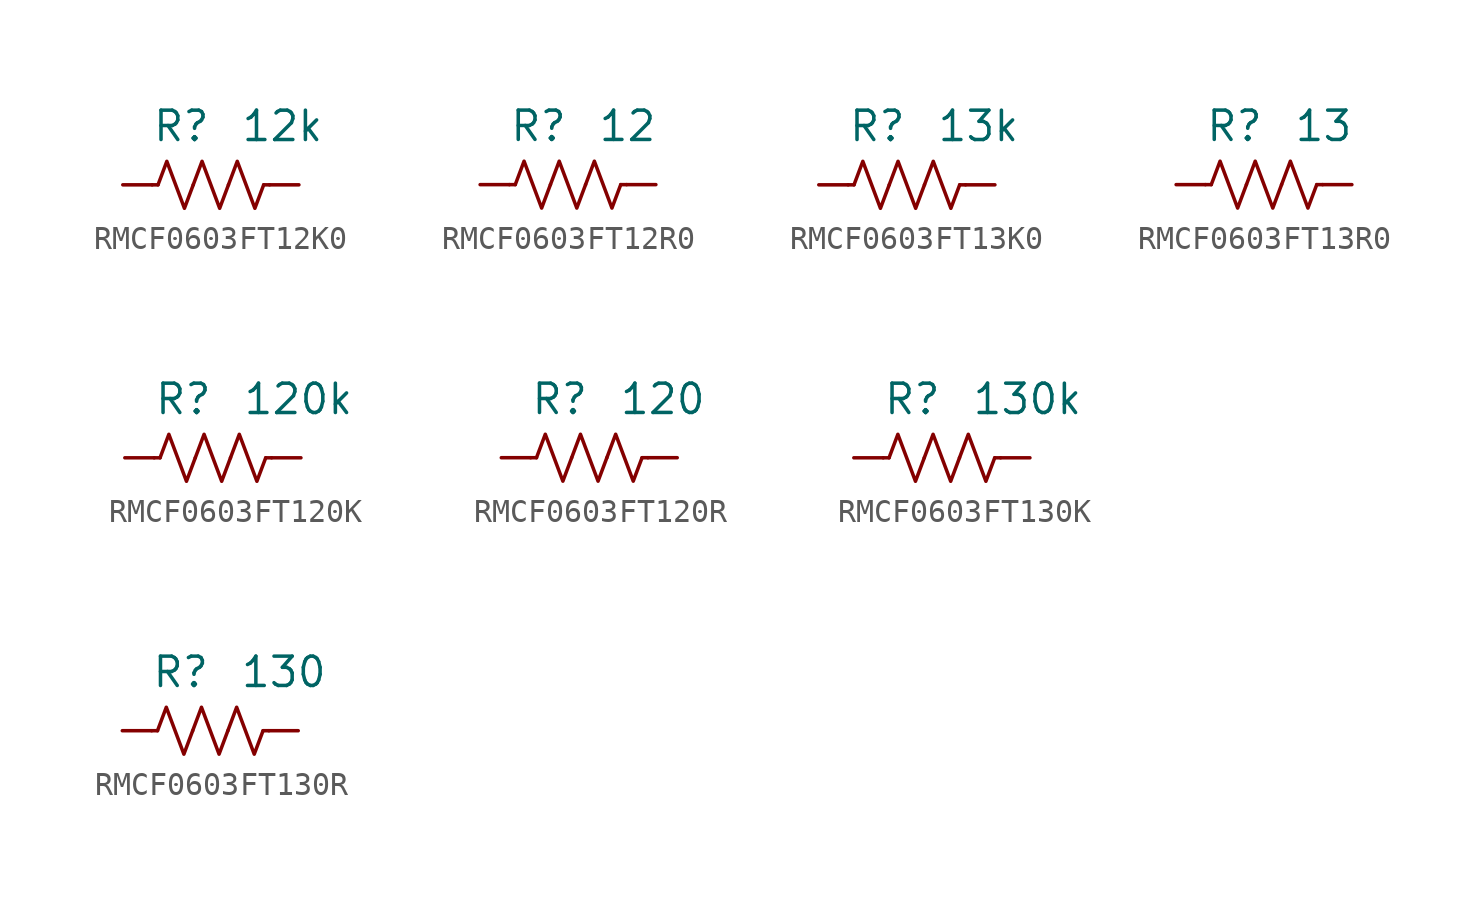
<source format=kicad_sym>
(kicad_symbol_lib
  (version 20241209)
  (generator "kicad_symbol_editor")
  (generator_version "9.0")
  (symbol "RMCF0603FT12K0"
    (pin_numbers
      (hide yes))
    (property "Reference" "R"
      (at 0 2.54 0)
      (effects (font (size 1.27 1.27)) (justify right)))
    (property "Value" "12k"
      (at 1.27 2.54 0)
      (effects (font (size 1.27 1.27)) (justify left)))
    (symbol "RMCF0603FT12K0_0_1"
      (polyline (pts (xy -2.286 0) (xy -2.54 0)) (stroke (width 0) (type default)) (fill (type none)))
      (polyline (pts (xy -2.286 0) (xy -1.905 1.016) (xy -1.524 0) (xy -1.143 -1.016) (xy -0.762 0)) (stroke (width 0) (type default)) (fill (type none)))
      (polyline (pts (xy -0.762 0) (xy -0.381 1.016) (xy 0 0) (xy 0.381 -1.016) (xy 0.762 0)) (stroke (width 0) (type default)) (fill (type none)))
      (polyline (pts (xy 0.762 0) (xy 1.143 1.016) (xy 1.524 0) (xy 1.905 -1.016) (xy 2.286 0)) (stroke (width 0) (type default)) (fill (type none)))
      (polyline (pts (xy 2.286 0) (xy 2.54 0)) (stroke (width 0) (type default)) (fill (type none))))
    (symbol "RMCF0603FT12K0_1_1"
      (pin passive line (at -3.81 0 0) (length 1.27) (name "~" (effects (font (size 1.27 1.27)))) (number "1" (effects (font (size 1.27 1.27)))))
      (pin passive line (at 3.81 0 180) (length 1.27) (name "~" (effects (font (size 1.27 1.27)))) (number "2" (effects (font (size 1.27 1.27)))))))
  (symbol "RMCF0603FT12R0"
    (pin_numbers
      (hide yes))
    (property "Reference" "R"
      (at 0 2.54 0)
      (effects (font (size 1.27 1.27)) (justify right)))
    (property "Value" "12"
      (at 1.27 2.54 0)
      (effects (font (size 1.27 1.27)) (justify left)))
    (symbol "RMCF0603FT12R0_0_1"
      (polyline (pts (xy -2.286 0) (xy -2.54 0)) (stroke (width 0) (type default)) (fill (type none)))
      (polyline (pts (xy -2.286 0) (xy -1.905 1.016) (xy -1.524 0) (xy -1.143 -1.016) (xy -0.762 0)) (stroke (width 0) (type default)) (fill (type none)))
      (polyline (pts (xy -0.762 0) (xy -0.381 1.016) (xy 0 0) (xy 0.381 -1.016) (xy 0.762 0)) (stroke (width 0) (type default)) (fill (type none)))
      (polyline (pts (xy 0.762 0) (xy 1.143 1.016) (xy 1.524 0) (xy 1.905 -1.016) (xy 2.286 0)) (stroke (width 0) (type default)) (fill (type none)))
      (polyline (pts (xy 2.286 0) (xy 2.54 0)) (stroke (width 0) (type default)) (fill (type none))))
    (symbol "RMCF0603FT12R0_1_1"
      (pin passive line (at -3.81 0 0) (length 1.27) (name "~" (effects (font (size 1.27 1.27)))) (number "1" (effects (font (size 1.27 1.27)))))
      (pin passive line (at 3.81 0 180) (length 1.27) (name "~" (effects (font (size 1.27 1.27)))) (number "2" (effects (font (size 1.27 1.27)))))))
  (symbol "RMCF0603FT13K0"
    (pin_numbers
      (hide yes))
    (property "Reference" "R"
      (at 0 2.54 0)
      (effects (font (size 1.27 1.27)) (justify right)))
    (property "Value" "13k"
      (at 1.27 2.54 0)
      (effects (font (size 1.27 1.27)) (justify left)))
    (symbol "RMCF0603FT13K0_0_1"
      (polyline (pts (xy -2.286 0) (xy -2.54 0)) (stroke (width 0) (type default)) (fill (type none)))
      (polyline (pts (xy -2.286 0) (xy -1.905 1.016) (xy -1.524 0) (xy -1.143 -1.016) (xy -0.762 0)) (stroke (width 0) (type default)) (fill (type none)))
      (polyline (pts (xy -0.762 0) (xy -0.381 1.016) (xy 0 0) (xy 0.381 -1.016) (xy 0.762 0)) (stroke (width 0) (type default)) (fill (type none)))
      (polyline (pts (xy 0.762 0) (xy 1.143 1.016) (xy 1.524 0) (xy 1.905 -1.016) (xy 2.286 0)) (stroke (width 0) (type default)) (fill (type none)))
      (polyline (pts (xy 2.286 0) (xy 2.54 0)) (stroke (width 0) (type default)) (fill (type none))))
    (symbol "RMCF0603FT13K0_1_1"
      (pin passive line (at -3.81 0 0) (length 1.27) (name "~" (effects (font (size 1.27 1.27)))) (number "1" (effects (font (size 1.27 1.27)))))
      (pin passive line (at 3.81 0 180) (length 1.27) (name "~" (effects (font (size 1.27 1.27)))) (number "2" (effects (font (size 1.27 1.27)))))))
  (symbol "RMCF0603FT13R0"
    (pin_numbers
      (hide yes))
    (property "Reference" "R"
      (at 0 2.54 0)
      (effects (font (size 1.27 1.27)) (justify right)))
    (property "Value" "13"
      (at 1.27 2.54 0)
      (effects (font (size 1.27 1.27)) (justify left)))
    (symbol "RMCF0603FT13R0_0_1"
      (polyline (pts (xy -2.286 0) (xy -2.54 0)) (stroke (width 0) (type default)) (fill (type none)))
      (polyline (pts (xy -2.286 0) (xy -1.905 1.016) (xy -1.524 0) (xy -1.143 -1.016) (xy -0.762 0)) (stroke (width 0) (type default)) (fill (type none)))
      (polyline (pts (xy -0.762 0) (xy -0.381 1.016) (xy 0 0) (xy 0.381 -1.016) (xy 0.762 0)) (stroke (width 0) (type default)) (fill (type none)))
      (polyline (pts (xy 0.762 0) (xy 1.143 1.016) (xy 1.524 0) (xy 1.905 -1.016) (xy 2.286 0)) (stroke (width 0) (type default)) (fill (type none)))
      (polyline (pts (xy 2.286 0) (xy 2.54 0)) (stroke (width 0) (type default)) (fill (type none))))
    (symbol "RMCF0603FT13R0_1_1"
      (pin passive line (at -3.81 0 0) (length 1.27) (name "~" (effects (font (size 1.27 1.27)))) (number "1" (effects (font (size 1.27 1.27)))))
      (pin passive line (at 3.81 0 180) (length 1.27) (name "~" (effects (font (size 1.27 1.27)))) (number "2" (effects (font (size 1.27 1.27)))))))
  (symbol "RMCF0603FT120K"
    (pin_numbers
      (hide yes))
    (property "Reference" "R"
      (at 0 2.54 0)
      (effects (font (size 1.27 1.27)) (justify right)))
    (property "Value" "120k"
      (at 1.27 2.54 0)
      (effects (font (size 1.27 1.27)) (justify left)))
    (symbol "RMCF0603FT120K_0_1"
      (polyline (pts (xy -2.286 0) (xy -2.54 0)) (stroke (width 0) (type default)) (fill (type none)))
      (polyline (pts (xy -2.286 0) (xy -1.905 1.016) (xy -1.524 0) (xy -1.143 -1.016) (xy -0.762 0)) (stroke (width 0) (type default)) (fill (type none)))
      (polyline (pts (xy -0.762 0) (xy -0.381 1.016) (xy 0 0) (xy 0.381 -1.016) (xy 0.762 0)) (stroke (width 0) (type default)) (fill (type none)))
      (polyline (pts (xy 0.762 0) (xy 1.143 1.016) (xy 1.524 0) (xy 1.905 -1.016) (xy 2.286 0)) (stroke (width 0) (type default)) (fill (type none)))
      (polyline (pts (xy 2.286 0) (xy 2.54 0)) (stroke (width 0) (type default)) (fill (type none))))
    (symbol "RMCF0603FT120K_1_1"
      (pin passive line (at -3.81 0 0) (length 1.27) (name "~" (effects (font (size 1.27 1.27)))) (number "1" (effects (font (size 1.27 1.27)))))
      (pin passive line (at 3.81 0 180) (length 1.27) (name "~" (effects (font (size 1.27 1.27)))) (number "2" (effects (font (size 1.27 1.27)))))))
  (symbol "RMCF0603FT120R"
    (pin_numbers
      (hide yes))
    (property "Reference" "R"
      (at 0 2.54 0)
      (effects (font (size 1.27 1.27)) (justify right)))
    (property "Value" "120"
      (at 1.27 2.54 0)
      (effects (font (size 1.27 1.27)) (justify left)))
    (symbol "RMCF0603FT120R_0_1"
      (polyline (pts (xy -2.286 0) (xy -2.54 0)) (stroke (width 0) (type default)) (fill (type none)))
      (polyline (pts (xy -2.286 0) (xy -1.905 1.016) (xy -1.524 0) (xy -1.143 -1.016) (xy -0.762 0)) (stroke (width 0) (type default)) (fill (type none)))
      (polyline (pts (xy -0.762 0) (xy -0.381 1.016) (xy 0 0) (xy 0.381 -1.016) (xy 0.762 0)) (stroke (width 0) (type default)) (fill (type none)))
      (polyline (pts (xy 0.762 0) (xy 1.143 1.016) (xy 1.524 0) (xy 1.905 -1.016) (xy 2.286 0)) (stroke (width 0) (type default)) (fill (type none)))
      (polyline (pts (xy 2.286 0) (xy 2.54 0)) (stroke (width 0) (type default)) (fill (type none))))
    (symbol "RMCF0603FT120R_1_1"
      (pin passive line (at -3.81 0 0) (length 1.27) (name "~" (effects (font (size 1.27 1.27)))) (number "1" (effects (font (size 1.27 1.27)))))
      (pin passive line (at 3.81 0 180) (length 1.27) (name "~" (effects (font (size 1.27 1.27)))) (number "2" (effects (font (size 1.27 1.27)))))))
  (symbol "RMCF0603FT130K"
    (pin_numbers
      (hide yes))
    (property "Reference" "R"
      (at 0 2.54 0)
      (effects (font (size 1.27 1.27)) (justify right)))
    (property "Value" "130k"
      (at 1.27 2.54 0)
      (effects (font (size 1.27 1.27)) (justify left)))
    (symbol "RMCF0603FT130K_0_1"
      (polyline (pts (xy -2.286 0) (xy -2.54 0)) (stroke (width 0) (type default)) (fill (type none)))
      (polyline (pts (xy -2.286 0) (xy -1.905 1.016) (xy -1.524 0) (xy -1.143 -1.016) (xy -0.762 0)) (stroke (width 0) (type default)) (fill (type none)))
      (polyline (pts (xy -0.762 0) (xy -0.381 1.016) (xy 0 0) (xy 0.381 -1.016) (xy 0.762 0)) (stroke (width 0) (type default)) (fill (type none)))
      (polyline (pts (xy 0.762 0) (xy 1.143 1.016) (xy 1.524 0) (xy 1.905 -1.016) (xy 2.286 0)) (stroke (width 0) (type default)) (fill (type none)))
      (polyline (pts (xy 2.286 0) (xy 2.54 0)) (stroke (width 0) (type default)) (fill (type none))))
    (symbol "RMCF0603FT130K_1_1"
      (pin passive line (at -3.81 0 0) (length 1.27) (name "~" (effects (font (size 1.27 1.27)))) (number "1" (effects (font (size 1.27 1.27)))))
      (pin passive line (at 3.81 0 180) (length 1.27) (name "~" (effects (font (size 1.27 1.27)))) (number "2" (effects (font (size 1.27 1.27)))))))
  (symbol "RMCF0603FT130R"
    (pin_numbers
      (hide yes))
    (property "Reference" "R"
      (at 0 2.54 0)
      (effects (font (size 1.27 1.27)) (justify right)))
    (property "Value" "130"
      (at 1.27 2.54 0)
      (effects (font (size 1.27 1.27)) (justify left)))
    (symbol "RMCF0603FT130R_0_1"
      (polyline (pts (xy -2.286 0) (xy -2.54 0)) (stroke (width 0) (type default)) (fill (type none)))
      (polyline (pts (xy -2.286 0) (xy -1.905 1.016) (xy -1.524 0) (xy -1.143 -1.016) (xy -0.762 0)) (stroke (width 0) (type default)) (fill (type none)))
      (polyline (pts (xy -0.762 0) (xy -0.381 1.016) (xy 0 0) (xy 0.381 -1.016) (xy 0.762 0)) (stroke (width 0) (type default)) (fill (type none)))
      (polyline (pts (xy 0.762 0) (xy 1.143 1.016) (xy 1.524 0) (xy 1.905 -1.016) (xy 2.286 0)) (stroke (width 0) (type default)) (fill (type none)))
      (polyline (pts (xy 2.286 0) (xy 2.54 0)) (stroke (width 0) (type default)) (fill (type none))))
    (symbol "RMCF0603FT130R_1_1"
      (pin passive line (at -3.81 0 0) (length 1.27) (name "~" (effects (font (size 1.27 1.27)))) (number "1" (effects (font (size 1.27 1.27)))))
      (pin passive line (at 3.81 0 180) (length 1.27) (name "~" (effects (font (size 1.27 1.27)))) (number "2" (effects (font (size 1.27 1.27))))))))
</source>
